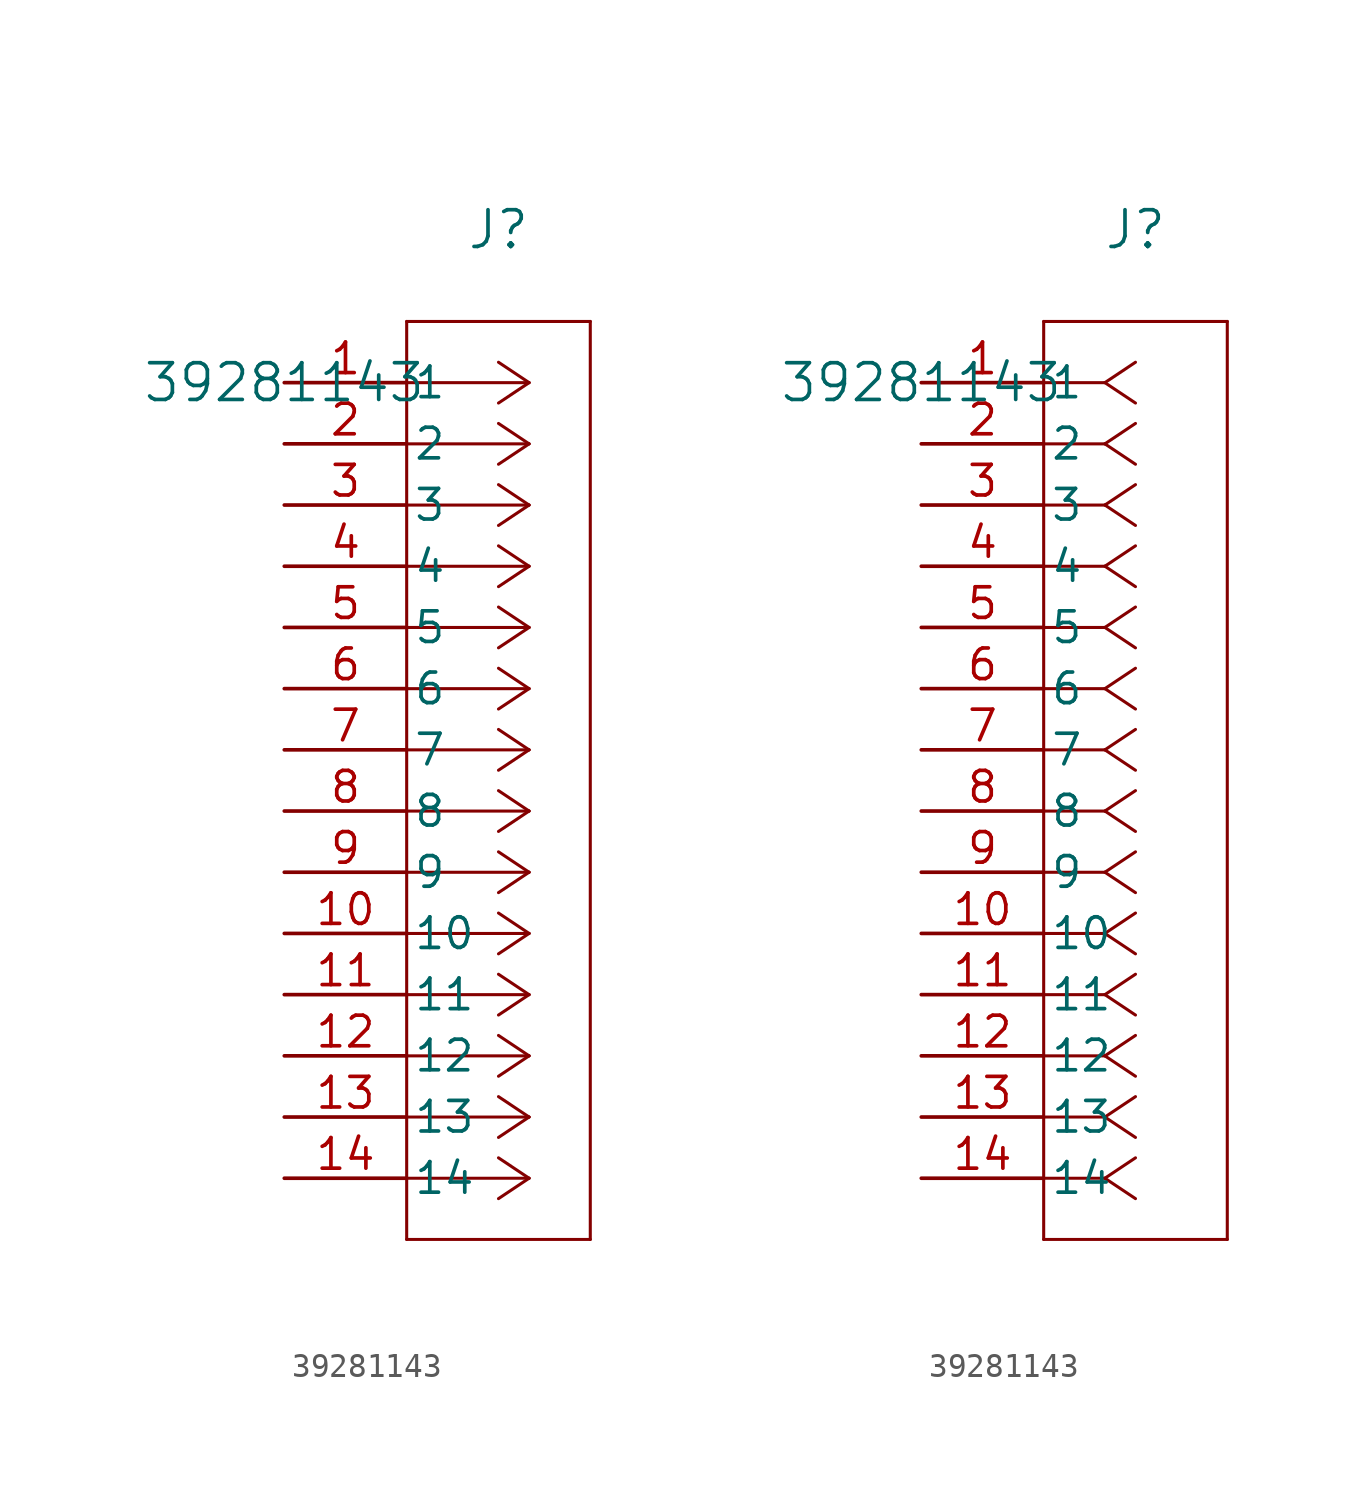
<source format=kicad_sym>
(kicad_symbol_lib
  (version 20231120)
  (generator "kicad_symbol_editor")
  (generator_version "8.0")
  (symbol "39281143"
    (pin_names
      (offset 0.254))
    (property "Reference" "J"
      (at 8.89 6.35 0)
      (effects (font (size 1.524 1.524))))
    (property "Value" "39281143"
      (at 0 0 0)
      (effects (font (size 1.524 1.524))))
    (property "ki_locked" ""
      (at 0 0 0)
      (effects (font (size 1.27 1.27))))
    (symbol "39281143_1_1"
      (polyline (pts (xy 5.08 -35.56) (xy 12.7 -35.56)) (stroke (width 0.127) (type default)) (fill (type none)))
      (polyline (pts (xy 5.08 2.54) (xy 5.08 -35.56)) (stroke (width 0.127) (type default)) (fill (type none)))
      (polyline (pts (xy 10.16 -33.02) (xy 5.08 -33.02)) (stroke (width 0.127) (type default)) (fill (type none)))
      (polyline (pts (xy 10.16 -33.02) (xy 8.89 -33.867)) (stroke (width 0.127) (type default)) (fill (type none)))
      (polyline (pts (xy 10.16 -33.02) (xy 8.89 -32.173)) (stroke (width 0.127) (type default)) (fill (type none)))
      (polyline (pts (xy 10.16 -30.48) (xy 5.08 -30.48)) (stroke (width 0.127) (type default)) (fill (type none)))
      (polyline (pts (xy 10.16 -30.48) (xy 8.89 -31.327)) (stroke (width 0.127) (type default)) (fill (type none)))
      (polyline (pts (xy 10.16 -30.48) (xy 8.89 -29.633)) (stroke (width 0.127) (type default)) (fill (type none)))
      (polyline (pts (xy 10.16 -27.94) (xy 5.08 -27.94)) (stroke (width 0.127) (type default)) (fill (type none)))
      (polyline (pts (xy 10.16 -27.94) (xy 8.89 -28.787)) (stroke (width 0.127) (type default)) (fill (type none)))
      (polyline (pts (xy 10.16 -27.94) (xy 8.89 -27.093)) (stroke (width 0.127) (type default)) (fill (type none)))
      (polyline (pts (xy 10.16 -25.4) (xy 5.08 -25.4)) (stroke (width 0.127) (type default)) (fill (type none)))
      (polyline (pts (xy 10.16 -25.4) (xy 8.89 -26.247)) (stroke (width 0.127) (type default)) (fill (type none)))
      (polyline (pts (xy 10.16 -25.4) (xy 8.89 -24.553)) (stroke (width 0.127) (type default)) (fill (type none)))
      (polyline (pts (xy 10.16 -22.86) (xy 5.08 -22.86)) (stroke (width 0.127) (type default)) (fill (type none)))
      (polyline (pts (xy 10.16 -22.86) (xy 8.89 -23.707)) (stroke (width 0.127) (type default)) (fill (type none)))
      (polyline (pts (xy 10.16 -22.86) (xy 8.89 -22.013)) (stroke (width 0.127) (type default)) (fill (type none)))
      (polyline (pts (xy 10.16 -20.32) (xy 5.08 -20.32)) (stroke (width 0.127) (type default)) (fill (type none)))
      (polyline (pts (xy 10.16 -20.32) (xy 8.89 -21.167)) (stroke (width 0.127) (type default)) (fill (type none)))
      (polyline (pts (xy 10.16 -20.32) (xy 8.89 -19.473)) (stroke (width 0.127) (type default)) (fill (type none)))
      (polyline (pts (xy 10.16 -17.78) (xy 5.08 -17.78)) (stroke (width 0.127) (type default)) (fill (type none)))
      (polyline (pts (xy 10.16 -17.78) (xy 8.89 -18.627)) (stroke (width 0.127) (type default)) (fill (type none)))
      (polyline (pts (xy 10.16 -17.78) (xy 8.89 -16.933)) (stroke (width 0.127) (type default)) (fill (type none)))
      (polyline (pts (xy 10.16 -15.24) (xy 5.08 -15.24)) (stroke (width 0.127) (type default)) (fill (type none)))
      (polyline (pts (xy 10.16 -15.24) (xy 8.89 -16.087)) (stroke (width 0.127) (type default)) (fill (type none)))
      (polyline (pts (xy 10.16 -15.24) (xy 8.89 -14.393)) (stroke (width 0.127) (type default)) (fill (type none)))
      (polyline (pts (xy 10.16 -12.7) (xy 5.08 -12.7)) (stroke (width 0.127) (type default)) (fill (type none)))
      (polyline (pts (xy 10.16 -12.7) (xy 8.89 -13.547)) (stroke (width 0.127) (type default)) (fill (type none)))
      (polyline (pts (xy 10.16 -12.7) (xy 8.89 -11.853)) (stroke (width 0.127) (type default)) (fill (type none)))
      (polyline (pts (xy 10.16 -10.16) (xy 5.08 -10.16)) (stroke (width 0.127) (type default)) (fill (type none)))
      (polyline (pts (xy 10.16 -10.16) (xy 8.89 -11.007)) (stroke (width 0.127) (type default)) (fill (type none)))
      (polyline (pts (xy 10.16 -10.16) (xy 8.89 -9.313)) (stroke (width 0.127) (type default)) (fill (type none)))
      (polyline (pts (xy 10.16 -7.62) (xy 5.08 -7.62)) (stroke (width 0.127) (type default)) (fill (type none)))
      (polyline (pts (xy 10.16 -7.62) (xy 8.89 -8.467)) (stroke (width 0.127) (type default)) (fill (type none)))
      (polyline (pts (xy 10.16 -7.62) (xy 8.89 -6.773)) (stroke (width 0.127) (type default)) (fill (type none)))
      (polyline (pts (xy 10.16 -5.08) (xy 5.08 -5.08)) (stroke (width 0.127) (type default)) (fill (type none)))
      (polyline (pts (xy 10.16 -5.08) (xy 8.89 -5.927)) (stroke (width 0.127) (type default)) (fill (type none)))
      (polyline (pts (xy 10.16 -5.08) (xy 8.89 -4.233)) (stroke (width 0.127) (type default)) (fill (type none)))
      (polyline (pts (xy 10.16 -2.54) (xy 5.08 -2.54)) (stroke (width 0.127) (type default)) (fill (type none)))
      (polyline (pts (xy 10.16 -2.54) (xy 8.89 -3.387)) (stroke (width 0.127) (type default)) (fill (type none)))
      (polyline (pts (xy 10.16 -2.54) (xy 8.89 -1.693)) (stroke (width 0.127) (type default)) (fill (type none)))
      (polyline (pts (xy 10.16 0) (xy 5.08 0)) (stroke (width 0.127) (type default)) (fill (type none)))
      (polyline (pts (xy 10.16 0) (xy 8.89 -0.847)) (stroke (width 0.127) (type default)) (fill (type none)))
      (polyline (pts (xy 10.16 0) (xy 8.89 0.847)) (stroke (width 0.127) (type default)) (fill (type none)))
      (polyline (pts (xy 12.7 -35.56) (xy 12.7 2.54)) (stroke (width 0.127) (type default)) (fill (type none)))
      (polyline (pts (xy 12.7 2.54) (xy 5.08 2.54)) (stroke (width 0.127) (type default)) (fill (type none)))
      (pin unspecified line (at 0 0 0) (length 5.08) (name "1" (effects (font (size 1.27 1.27)))) (number "1" (effects (font (size 1.27 1.27)))))
      (pin unspecified line (at 0 -22.86 0) (length 5.08) (name "10" (effects (font (size 1.27 1.27)))) (number "10" (effects (font (size 1.27 1.27)))))
      (pin unspecified line (at 0 -25.4 0) (length 5.08) (name "11" (effects (font (size 1.27 1.27)))) (number "11" (effects (font (size 1.27 1.27)))))
      (pin unspecified line (at 0 -27.94 0) (length 5.08) (name "12" (effects (font (size 1.27 1.27)))) (number "12" (effects (font (size 1.27 1.27)))))
      (pin unspecified line (at 0 -30.48 0) (length 5.08) (name "13" (effects (font (size 1.27 1.27)))) (number "13" (effects (font (size 1.27 1.27)))))
      (pin unspecified line (at 0 -33.02 0) (length 5.08) (name "14" (effects (font (size 1.27 1.27)))) (number "14" (effects (font (size 1.27 1.27)))))
      (pin unspecified line (at 0 -2.54 0) (length 5.08) (name "2" (effects (font (size 1.27 1.27)))) (number "2" (effects (font (size 1.27 1.27)))))
      (pin unspecified line (at 0 -5.08 0) (length 5.08) (name "3" (effects (font (size 1.27 1.27)))) (number "3" (effects (font (size 1.27 1.27)))))
      (pin unspecified line (at 0 -7.62 0) (length 5.08) (name "4" (effects (font (size 1.27 1.27)))) (number "4" (effects (font (size 1.27 1.27)))))
      (pin unspecified line (at 0 -10.16 0) (length 5.08) (name "5" (effects (font (size 1.27 1.27)))) (number "5" (effects (font (size 1.27 1.27)))))
      (pin unspecified line (at 0 -12.7 0) (length 5.08) (name "6" (effects (font (size 1.27 1.27)))) (number "6" (effects (font (size 1.27 1.27)))))
      (pin unspecified line (at 0 -15.24 0) (length 5.08) (name "7" (effects (font (size 1.27 1.27)))) (number "7" (effects (font (size 1.27 1.27)))))
      (pin unspecified line (at 0 -17.78 0) (length 5.08) (name "8" (effects (font (size 1.27 1.27)))) (number "8" (effects (font (size 1.27 1.27)))))
      (pin unspecified line (at 0 -20.32 0) (length 5.08) (name "9" (effects (font (size 1.27 1.27)))) (number "9" (effects (font (size 1.27 1.27))))))
    (symbol "39281143_1_2"
      (polyline (pts (xy 5.08 -35.56) (xy 12.7 -35.56)) (stroke (width 0.127) (type default)) (fill (type none)))
      (polyline (pts (xy 5.08 2.54) (xy 5.08 -35.56)) (stroke (width 0.127) (type default)) (fill (type none)))
      (polyline (pts (xy 7.62 -33.02) (xy 5.08 -33.02)) (stroke (width 0.127) (type default)) (fill (type none)))
      (polyline (pts (xy 7.62 -33.02) (xy 8.89 -33.867)) (stroke (width 0.127) (type default)) (fill (type none)))
      (polyline (pts (xy 7.62 -33.02) (xy 8.89 -32.173)) (stroke (width 0.127) (type default)) (fill (type none)))
      (polyline (pts (xy 7.62 -30.48) (xy 5.08 -30.48)) (stroke (width 0.127) (type default)) (fill (type none)))
      (polyline (pts (xy 7.62 -30.48) (xy 8.89 -31.327)) (stroke (width 0.127) (type default)) (fill (type none)))
      (polyline (pts (xy 7.62 -30.48) (xy 8.89 -29.633)) (stroke (width 0.127) (type default)) (fill (type none)))
      (polyline (pts (xy 7.62 -27.94) (xy 5.08 -27.94)) (stroke (width 0.127) (type default)) (fill (type none)))
      (polyline (pts (xy 7.62 -27.94) (xy 8.89 -28.787)) (stroke (width 0.127) (type default)) (fill (type none)))
      (polyline (pts (xy 7.62 -27.94) (xy 8.89 -27.093)) (stroke (width 0.127) (type default)) (fill (type none)))
      (polyline (pts (xy 7.62 -25.4) (xy 5.08 -25.4)) (stroke (width 0.127) (type default)) (fill (type none)))
      (polyline (pts (xy 7.62 -25.4) (xy 8.89 -26.247)) (stroke (width 0.127) (type default)) (fill (type none)))
      (polyline (pts (xy 7.62 -25.4) (xy 8.89 -24.553)) (stroke (width 0.127) (type default)) (fill (type none)))
      (polyline (pts (xy 7.62 -22.86) (xy 5.08 -22.86)) (stroke (width 0.127) (type default)) (fill (type none)))
      (polyline (pts (xy 7.62 -22.86) (xy 8.89 -23.707)) (stroke (width 0.127) (type default)) (fill (type none)))
      (polyline (pts (xy 7.62 -22.86) (xy 8.89 -22.013)) (stroke (width 0.127) (type default)) (fill (type none)))
      (polyline (pts (xy 7.62 -20.32) (xy 5.08 -20.32)) (stroke (width 0.127) (type default)) (fill (type none)))
      (polyline (pts (xy 7.62 -20.32) (xy 8.89 -21.167)) (stroke (width 0.127) (type default)) (fill (type none)))
      (polyline (pts (xy 7.62 -20.32) (xy 8.89 -19.473)) (stroke (width 0.127) (type default)) (fill (type none)))
      (polyline (pts (xy 7.62 -17.78) (xy 5.08 -17.78)) (stroke (width 0.127) (type default)) (fill (type none)))
      (polyline (pts (xy 7.62 -17.78) (xy 8.89 -18.627)) (stroke (width 0.127) (type default)) (fill (type none)))
      (polyline (pts (xy 7.62 -17.78) (xy 8.89 -16.933)) (stroke (width 0.127) (type default)) (fill (type none)))
      (polyline (pts (xy 7.62 -15.24) (xy 5.08 -15.24)) (stroke (width 0.127) (type default)) (fill (type none)))
      (polyline (pts (xy 7.62 -15.24) (xy 8.89 -16.087)) (stroke (width 0.127) (type default)) (fill (type none)))
      (polyline (pts (xy 7.62 -15.24) (xy 8.89 -14.393)) (stroke (width 0.127) (type default)) (fill (type none)))
      (polyline (pts (xy 7.62 -12.7) (xy 5.08 -12.7)) (stroke (width 0.127) (type default)) (fill (type none)))
      (polyline (pts (xy 7.62 -12.7) (xy 8.89 -13.547)) (stroke (width 0.127) (type default)) (fill (type none)))
      (polyline (pts (xy 7.62 -12.7) (xy 8.89 -11.853)) (stroke (width 0.127) (type default)) (fill (type none)))
      (polyline (pts (xy 7.62 -10.16) (xy 5.08 -10.16)) (stroke (width 0.127) (type default)) (fill (type none)))
      (polyline (pts (xy 7.62 -10.16) (xy 8.89 -11.007)) (stroke (width 0.127) (type default)) (fill (type none)))
      (polyline (pts (xy 7.62 -10.16) (xy 8.89 -9.313)) (stroke (width 0.127) (type default)) (fill (type none)))
      (polyline (pts (xy 7.62 -7.62) (xy 5.08 -7.62)) (stroke (width 0.127) (type default)) (fill (type none)))
      (polyline (pts (xy 7.62 -7.62) (xy 8.89 -8.467)) (stroke (width 0.127) (type default)) (fill (type none)))
      (polyline (pts (xy 7.62 -7.62) (xy 8.89 -6.773)) (stroke (width 0.127) (type default)) (fill (type none)))
      (polyline (pts (xy 7.62 -5.08) (xy 5.08 -5.08)) (stroke (width 0.127) (type default)) (fill (type none)))
      (polyline (pts (xy 7.62 -5.08) (xy 8.89 -5.927)) (stroke (width 0.127) (type default)) (fill (type none)))
      (polyline (pts (xy 7.62 -5.08) (xy 8.89 -4.233)) (stroke (width 0.127) (type default)) (fill (type none)))
      (polyline (pts (xy 7.62 -2.54) (xy 5.08 -2.54)) (stroke (width 0.127) (type default)) (fill (type none)))
      (polyline (pts (xy 7.62 -2.54) (xy 8.89 -3.387)) (stroke (width 0.127) (type default)) (fill (type none)))
      (polyline (pts (xy 7.62 -2.54) (xy 8.89 -1.693)) (stroke (width 0.127) (type default)) (fill (type none)))
      (polyline (pts (xy 7.62 0) (xy 5.08 0)) (stroke (width 0.127) (type default)) (fill (type none)))
      (polyline (pts (xy 7.62 0) (xy 8.89 -0.847)) (stroke (width 0.127) (type default)) (fill (type none)))
      (polyline (pts (xy 7.62 0) (xy 8.89 0.847)) (stroke (width 0.127) (type default)) (fill (type none)))
      (polyline (pts (xy 12.7 -35.56) (xy 12.7 2.54)) (stroke (width 0.127) (type default)) (fill (type none)))
      (polyline (pts (xy 12.7 2.54) (xy 5.08 2.54)) (stroke (width 0.127) (type default)) (fill (type none)))
      (pin unspecified line (at 0 0 0) (length 5.08) (name "1" (effects (font (size 1.27 1.27)))) (number "1" (effects (font (size 1.27 1.27)))))
      (pin unspecified line (at 0 -22.86 0) (length 5.08) (name "10" (effects (font (size 1.27 1.27)))) (number "10" (effects (font (size 1.27 1.27)))))
      (pin unspecified line (at 0 -25.4 0) (length 5.08) (name "11" (effects (font (size 1.27 1.27)))) (number "11" (effects (font (size 1.27 1.27)))))
      (pin unspecified line (at 0 -27.94 0) (length 5.08) (name "12" (effects (font (size 1.27 1.27)))) (number "12" (effects (font (size 1.27 1.27)))))
      (pin unspecified line (at 0 -30.48 0) (length 5.08) (name "13" (effects (font (size 1.27 1.27)))) (number "13" (effects (font (size 1.27 1.27)))))
      (pin unspecified line (at 0 -33.02 0) (length 5.08) (name "14" (effects (font (size 1.27 1.27)))) (number "14" (effects (font (size 1.27 1.27)))))
      (pin unspecified line (at 0 -2.54 0) (length 5.08) (name "2" (effects (font (size 1.27 1.27)))) (number "2" (effects (font (size 1.27 1.27)))))
      (pin unspecified line (at 0 -5.08 0) (length 5.08) (name "3" (effects (font (size 1.27 1.27)))) (number "3" (effects (font (size 1.27 1.27)))))
      (pin unspecified line (at 0 -7.62 0) (length 5.08) (name "4" (effects (font (size 1.27 1.27)))) (number "4" (effects (font (size 1.27 1.27)))))
      (pin unspecified line (at 0 -10.16 0) (length 5.08) (name "5" (effects (font (size 1.27 1.27)))) (number "5" (effects (font (size 1.27 1.27)))))
      (pin unspecified line (at 0 -12.7 0) (length 5.08) (name "6" (effects (font (size 1.27 1.27)))) (number "6" (effects (font (size 1.27 1.27)))))
      (pin unspecified line (at 0 -15.24 0) (length 5.08) (name "7" (effects (font (size 1.27 1.27)))) (number "7" (effects (font (size 1.27 1.27)))))
      (pin unspecified line (at 0 -17.78 0) (length 5.08) (name "8" (effects (font (size 1.27 1.27)))) (number "8" (effects (font (size 1.27 1.27)))))
      (pin unspecified line (at 0 -20.32 0) (length 5.08) (name "9" (effects (font (size 1.27 1.27)))) (number "9" (effects (font (size 1.27 1.27))))))))
</source>
